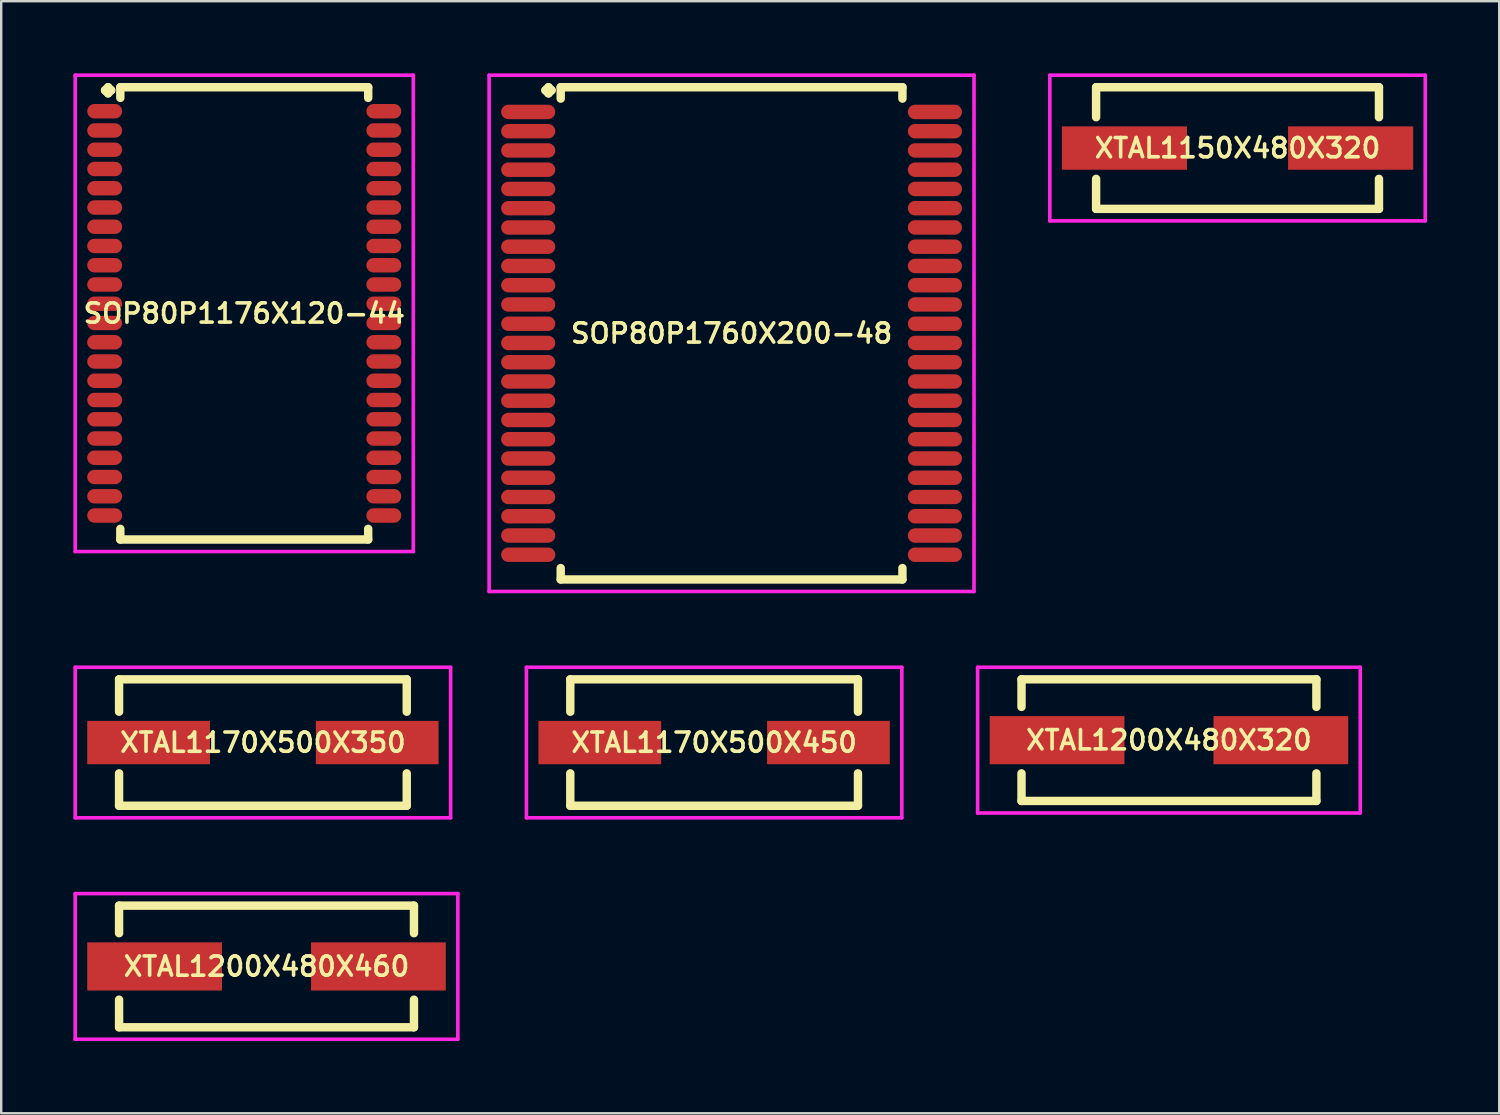
<source format=kicad_pcb>
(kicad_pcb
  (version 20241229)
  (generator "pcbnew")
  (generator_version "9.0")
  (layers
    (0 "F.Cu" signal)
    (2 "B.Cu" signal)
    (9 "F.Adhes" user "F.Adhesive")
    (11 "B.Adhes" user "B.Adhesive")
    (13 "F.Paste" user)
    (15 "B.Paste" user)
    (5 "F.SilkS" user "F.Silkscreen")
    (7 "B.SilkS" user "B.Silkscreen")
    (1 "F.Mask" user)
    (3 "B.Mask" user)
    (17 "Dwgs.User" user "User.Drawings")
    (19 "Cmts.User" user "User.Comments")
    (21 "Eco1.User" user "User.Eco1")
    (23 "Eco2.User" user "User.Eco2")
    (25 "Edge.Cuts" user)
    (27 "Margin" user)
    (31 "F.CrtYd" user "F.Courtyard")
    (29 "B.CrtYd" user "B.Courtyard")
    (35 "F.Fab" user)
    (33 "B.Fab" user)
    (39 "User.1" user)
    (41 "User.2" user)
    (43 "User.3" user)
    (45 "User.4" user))
  (footprint "XTAL1200X480X460"
    (layer "F.Cu")
    (at 8.025 37.11)
    (property "Reference" "XTAL1200X480X460" (at 0 0 0) (layer "F.SilkS") (effects (font (size 0.8 0.8) (thickness 0.15))))
    (attr through_hole)
    (fp_line (start -6.127 -2.527) (end 6.127 -2.527) (stroke (width 0.35) (type solid)) (layer "F.SilkS"))
    (fp_line (start -6.127 -1.381) (end -6.127 -2.527) (stroke (width 0.35) (type solid)) (layer "F.SilkS"))
    (fp_line (start -6.127 1.381) (end -6.127 2.527) (stroke (width 0.35) (type solid)) (layer "F.SilkS"))
    (fp_line (start -6.127 2.527) (end 6.127 2.527) (stroke (width 0.35) (type solid)) (layer "F.SilkS"))
    (fp_line (start 6.127 -2.527) (end 6.127 -1.381) (stroke (width 0.35) (type solid)) (layer "F.SilkS"))
    (fp_line (start 6.127 2.527) (end 6.127 1.381) (stroke (width 0.35) (type solid)) (layer "F.SilkS"))
    (fp_line (start -7.95 -3.027) (end 7.95 -3.027) (stroke (width 0.15) (type solid)) (layer "F.CrtYd"))
    (fp_line (start -7.95 3.027) (end -7.95 -3.027) (stroke (width 0.15) (type solid)) (layer "F.CrtYd"))
    (fp_line (start 7.95 -3.027) (end 7.95 3.027) (stroke (width 0.15) (type solid)) (layer "F.CrtYd"))
    (fp_line (start 7.95 3.027) (end -7.95 3.027) (stroke (width 0.15) (type solid)) (layer "F.CrtYd"))
    (pad "1" smd rect (at -4.65 0) (size 5.6 2) (layers "F.Cu" "F.Mask" "F.Paste"))
    (pad "2" smd rect (at 4.65 0) (size 5.6 2) (layers "F.Cu" "F.Mask" "F.Paste")))
  (footprint "XTAL1200X480X320"
    (layer "F.Cu")
    (at 45.525 27.706)
    (property "Reference" "XTAL1200X480X320" (at 0 0 0) (layer "F.SilkS") (effects (font (size 0.8 0.8) (thickness 0.15))))
    (attr smd)
    (fp_line (start -6.127 -2.527) (end 6.127 -2.527) (stroke (width 0.35) (type solid)) (layer "F.SilkS"))
    (fp_line (start -6.127 -1.381) (end -6.127 -2.527) (stroke (width 0.35) (type solid)) (layer "F.SilkS"))
    (fp_line (start -6.127 1.381) (end -6.127 2.527) (stroke (width 0.35) (type solid)) (layer "F.SilkS"))
    (fp_line (start -6.127 2.527) (end 6.127 2.527) (stroke (width 0.35) (type solid)) (layer "F.SilkS"))
    (fp_line (start 6.127 -2.527) (end 6.127 -1.381) (stroke (width 0.35) (type solid)) (layer "F.SilkS"))
    (fp_line (start 6.127 2.527) (end 6.127 1.381) (stroke (width 0.35) (type solid)) (layer "F.SilkS"))
    (fp_line (start -7.95 -3.027) (end 7.95 -3.027) (stroke (width 0.15) (type solid)) (layer "F.CrtYd"))
    (fp_line (start -7.95 3.027) (end -7.95 -3.027) (stroke (width 0.15) (type solid)) (layer "F.CrtYd"))
    (fp_line (start 7.95 -3.027) (end 7.95 3.027) (stroke (width 0.15) (type solid)) (layer "F.CrtYd"))
    (fp_line (start 7.95 3.027) (end -7.95 3.027) (stroke (width 0.15) (type solid)) (layer "F.CrtYd"))
    (pad "1" smd rect (at -4.65 0) (size 5.6 2) (layers "F.Cu" "F.Mask" "F.Paste"))
    (pad "2" smd rect (at 4.65 0) (size 5.6 2) (layers "F.Cu" "F.Mask" "F.Paste")))
  (footprint "XTAL1150X480X320"
    (layer "F.Cu")
    (at 48.375 3.102)
    (property "Reference" "XTAL1150X480X320" (at 0 0 0) (layer "F.SilkS") (effects (font (size 0.8 0.8) (thickness 0.15))))
    (attr smd)
    (fp_line (start -5.877 -2.527) (end 5.877 -2.527) (stroke (width 0.35) (type solid)) (layer "F.SilkS"))
    (fp_line (start -5.877 -1.281) (end -5.877 -2.527) (stroke (width 0.35) (type solid)) (layer "F.SilkS"))
    (fp_line (start -5.877 1.281) (end -5.877 2.527) (stroke (width 0.35) (type solid)) (layer "F.SilkS"))
    (fp_line (start -5.877 2.527) (end 5.877 2.527) (stroke (width 0.35) (type solid)) (layer "F.SilkS"))
    (fp_line (start 5.877 -2.527) (end 5.877 -1.281) (stroke (width 0.35) (type solid)) (layer "F.SilkS"))
    (fp_line (start 5.877 2.527) (end 5.877 1.281) (stroke (width 0.35) (type solid)) (layer "F.SilkS"))
    (fp_line (start -7.8 -3.027) (end 7.8 -3.027) (stroke (width 0.15) (type solid)) (layer "F.CrtYd"))
    (fp_line (start -7.8 3.027) (end -7.8 -3.027) (stroke (width 0.15) (type solid)) (layer "F.CrtYd"))
    (fp_line (start 7.8 -3.027) (end 7.8 3.027) (stroke (width 0.15) (type solid)) (layer "F.CrtYd"))
    (fp_line (start 7.8 3.027) (end -7.8 3.027) (stroke (width 0.15) (type solid)) (layer "F.CrtYd"))
    (pad "1" smd rect (at -4.7 0) (size 5.2 1.8) (layers "F.Cu" "F.Mask" "F.Paste"))
    (pad "2" smd rect (at 4.7 0) (size 5.2 1.8) (layers "F.Cu" "F.Mask" "F.Paste")))
  (footprint "SOP80P1760X200-48"
    (layer "F.Cu")
    (at 27.35 10.802)
    (property "Reference" "SOP80P1760X200-48" (at 0 0 0) (layer "F.SilkS") (effects (font (size 0.8 0.8) (thickness 0.15))))
    (attr smd)
    (fp_line (start -7.735 -10.1) (end -7.608 -10.227) (stroke (width 0.35) (type solid)) (layer "F.SilkS"))
    (fp_line (start -7.608 -10.227) (end -7.481 -10.1) (stroke (width 0.35) (type solid)) (layer "F.SilkS"))
    (fp_line (start -7.608 -9.973) (end -7.735 -10.1) (stroke (width 0.35) (type solid)) (layer "F.SilkS"))
    (fp_line (start -7.481 -10.1) (end -7.608 -9.973) (stroke (width 0.35) (type solid)) (layer "F.SilkS"))
    (fp_line (start -7.1 -10.227) (end 7.1 -10.227) (stroke (width 0.35) (type solid)) (layer "F.SilkS"))
    (fp_line (start -7.1 -9.754) (end -7.1 -10.227) (stroke (width 0.35) (type solid)) (layer "F.SilkS"))
    (fp_line (start -7.1 9.754) (end -7.1 10.227) (stroke (width 0.35) (type solid)) (layer "F.SilkS"))
    (fp_line (start -7.1 10.227) (end 7.1 10.227) (stroke (width 0.35) (type solid)) (layer "F.SilkS"))
    (fp_line (start 7.1 -10.227) (end 7.1 -9.754) (stroke (width 0.35) (type solid)) (layer "F.SilkS"))
    (fp_line (start 7.1 10.227) (end 7.1 9.754) (stroke (width 0.35) (type solid)) (layer "F.SilkS"))
    (fp_line (start -10.075 -10.727) (end 10.075 -10.727) (stroke (width 0.15) (type solid)) (layer "F.CrtYd"))
    (fp_line (start -10.075 10.727) (end -10.075 -10.727) (stroke (width 0.15) (type solid)) (layer "F.CrtYd"))
    (fp_line (start 10.075 -10.727) (end 10.075 10.727) (stroke (width 0.15) (type solid)) (layer "F.CrtYd"))
    (fp_line (start 10.075 10.727) (end -10.075 10.727) (stroke (width 0.15) (type solid)) (layer "F.CrtYd"))
    (pad "1" smd oval (at -8.45 -9.2) (size 2.25 0.6) (layers "F.Cu" "F.Mask" "F.Paste"))
    (pad "2" smd oval (at -8.45 -8.4) (size 2.25 0.6) (layers "F.Cu" "F.Mask" "F.Paste"))
    (pad "3" smd oval (at -8.45 -7.6) (size 2.25 0.6) (layers "F.Cu" "F.Mask" "F.Paste"))
    (pad "4" smd oval (at -8.45 -6.8) (size 2.25 0.6) (layers "F.Cu" "F.Mask" "F.Paste"))
    (pad "5" smd oval (at -8.45 -6) (size 2.25 0.6) (layers "F.Cu" "F.Mask" "F.Paste"))
    (pad "6" smd oval (at -8.45 -5.2) (size 2.25 0.6) (layers "F.Cu" "F.Mask" "F.Paste"))
    (pad "7" smd oval (at -8.45 -4.4) (size 2.25 0.6) (layers "F.Cu" "F.Mask" "F.Paste"))
    (pad "8" smd oval (at -8.45 -3.6) (size 2.25 0.6) (layers "F.Cu" "F.Mask" "F.Paste"))
    (pad "9" smd oval (at -8.45 -2.8) (size 2.25 0.6) (layers "F.Cu" "F.Mask" "F.Paste"))
    (pad "10" smd oval (at -8.45 -2) (size 2.25 0.6) (layers "F.Cu" "F.Mask" "F.Paste"))
    (pad "11" smd oval (at -8.45 -1.2) (size 2.25 0.6) (layers "F.Cu" "F.Mask" "F.Paste"))
    (pad "12" smd oval (at -8.45 -0.4) (size 2.25 0.6) (layers "F.Cu" "F.Mask" "F.Paste"))
    (pad "13" smd oval (at -8.45 0.4) (size 2.25 0.6) (layers "F.Cu" "F.Mask" "F.Paste"))
    (pad "14" smd oval (at -8.45 1.2) (size 2.25 0.6) (layers "F.Cu" "F.Mask" "F.Paste"))
    (pad "15" smd oval (at -8.45 2) (size 2.25 0.6) (layers "F.Cu" "F.Mask" "F.Paste"))
    (pad "16" smd oval (at -8.45 2.8) (size 2.25 0.6) (layers "F.Cu" "F.Mask" "F.Paste"))
    (pad "17" smd oval (at -8.45 3.6) (size 2.25 0.6) (layers "F.Cu" "F.Mask" "F.Paste"))
    (pad "18" smd oval (at -8.45 4.4) (size 2.25 0.6) (layers "F.Cu" "F.Mask" "F.Paste"))
    (pad "19" smd oval (at -8.45 5.2) (size 2.25 0.6) (layers "F.Cu" "F.Mask" "F.Paste"))
    (pad "20" smd oval (at -8.45 6) (size 2.25 0.6) (layers "F.Cu" "F.Mask" "F.Paste"))
    (pad "21" smd oval (at -8.45 6.8) (size 2.25 0.6) (layers "F.Cu" "F.Mask" "F.Paste"))
    (pad "22" smd oval (at -8.45 7.6) (size 2.25 0.6) (layers "F.Cu" "F.Mask" "F.Paste"))
    (pad "23" smd oval (at -8.45 8.4) (size 2.25 0.6) (layers "F.Cu" "F.Mask" "F.Paste"))
    (pad "24" smd oval (at -8.45 9.2) (size 2.25 0.6) (layers "F.Cu" "F.Mask" "F.Paste"))
    (pad "25" smd oval (at 8.45 9.2) (size 2.25 0.6) (layers "F.Cu" "F.Mask" "F.Paste"))
    (pad "26" smd oval (at 8.45 8.4) (size 2.25 0.6) (layers "F.Cu" "F.Mask" "F.Paste"))
    (pad "27" smd oval (at 8.45 7.6) (size 2.25 0.6) (layers "F.Cu" "F.Mask" "F.Paste"))
    (pad "28" smd oval (at 8.45 6.8) (size 2.25 0.6) (layers "F.Cu" "F.Mask" "F.Paste"))
    (pad "29" smd oval (at 8.45 6) (size 2.25 0.6) (layers "F.Cu" "F.Mask" "F.Paste"))
    (pad "30" smd oval (at 8.45 5.2) (size 2.25 0.6) (layers "F.Cu" "F.Mask" "F.Paste"))
    (pad "31" smd oval (at 8.45 4.4) (size 2.25 0.6) (layers "F.Cu" "F.Mask" "F.Paste"))
    (pad "32" smd oval (at 8.45 3.6) (size 2.25 0.6) (layers "F.Cu" "F.Mask" "F.Paste"))
    (pad "33" smd oval (at 8.45 2.8) (size 2.25 0.6) (layers "F.Cu" "F.Mask" "F.Paste"))
    (pad "34" smd oval (at 8.45 2) (size 2.25 0.6) (layers "F.Cu" "F.Mask" "F.Paste"))
    (pad "35" smd oval (at 8.45 1.2) (size 2.25 0.6) (layers "F.Cu" "F.Mask" "F.Paste"))
    (pad "36" smd oval (at 8.45 0.4) (size 2.25 0.6) (layers "F.Cu" "F.Mask" "F.Paste"))
    (pad "37" smd oval (at 8.45 -0.4) (size 2.25 0.6) (layers "F.Cu" "F.Mask" "F.Paste"))
    (pad "38" smd oval (at 8.45 -1.2) (size 2.25 0.6) (layers "F.Cu" "F.Mask" "F.Paste"))
    (pad "39" smd oval (at 8.45 -2) (size 2.25 0.6) (layers "F.Cu" "F.Mask" "F.Paste"))
    (pad "40" smd oval (at 8.45 -2.8) (size 2.25 0.6) (layers "F.Cu" "F.Mask" "F.Paste"))
    (pad "41" smd oval (at 8.45 -3.6) (size 2.25 0.6) (layers "F.Cu" "F.Mask" "F.Paste"))
    (pad "42" smd oval (at 8.45 -4.4) (size 2.25 0.6) (layers "F.Cu" "F.Mask" "F.Paste"))
    (pad "43" smd oval (at 8.45 -5.2) (size 2.25 0.6) (layers "F.Cu" "F.Mask" "F.Paste"))
    (pad "44" smd oval (at 8.45 -6) (size 2.25 0.6) (layers "F.Cu" "F.Mask" "F.Paste"))
    (pad "45" smd oval (at 8.45 -6.8) (size 2.25 0.6) (layers "F.Cu" "F.Mask" "F.Paste"))
    (pad "46" smd oval (at 8.45 -7.6) (size 2.25 0.6) (layers "F.Cu" "F.Mask" "F.Paste"))
    (pad "47" smd oval (at 8.45 -8.4) (size 2.25 0.6) (layers "F.Cu" "F.Mask" "F.Paste"))
    (pad "48" smd oval (at 8.45 -9.2) (size 2.25 0.6) (layers "F.Cu" "F.Mask" "F.Paste")))
  (footprint "XTAL1170X500X450"
    (layer "F.Cu")
    (at 26.625 27.806)
    (property "Reference" "XTAL1170X500X450" (at 0 0 0) (layer "F.SilkS") (effects (font (size 0.8 0.8) (thickness 0.15))))
    (attr smd)
    (fp_line (start -5.977 -2.627) (end 5.977 -2.627) (stroke (width 0.35) (type solid)) (layer "F.SilkS"))
    (fp_line (start -5.977 -1.281) (end -5.977 -2.627) (stroke (width 0.35) (type solid)) (layer "F.SilkS"))
    (fp_line (start -5.977 1.281) (end -5.977 2.627) (stroke (width 0.35) (type solid)) (layer "F.SilkS"))
    (fp_line (start -5.977 2.627) (end 5.977 2.627) (stroke (width 0.35) (type solid)) (layer "F.SilkS"))
    (fp_line (start 5.977 -2.627) (end 5.977 -1.281) (stroke (width 0.35) (type solid)) (layer "F.SilkS"))
    (fp_line (start 5.977 2.627) (end 5.977 1.281) (stroke (width 0.35) (type solid)) (layer "F.SilkS"))
    (fp_line (start -7.8 -3.127) (end 7.8 -3.127) (stroke (width 0.15) (type solid)) (layer "F.CrtYd"))
    (fp_line (start -7.8 3.127) (end -7.8 -3.127) (stroke (width 0.15) (type solid)) (layer "F.CrtYd"))
    (fp_line (start 7.8 -3.127) (end 7.8 3.127) (stroke (width 0.15) (type solid)) (layer "F.CrtYd"))
    (fp_line (start 7.8 3.127) (end -7.8 3.127) (stroke (width 0.15) (type solid)) (layer "F.CrtYd"))
    (pad "1" smd rect (at -4.75 0) (size 5.1 1.8) (layers "F.Cu" "F.Mask" "F.Paste"))
    (pad "2" smd rect (at 4.75 0) (size 5.1 1.8) (layers "F.Cu" "F.Mask" "F.Paste")))
  (footprint "XTAL1170X500X350"
    (layer "F.Cu")
    (at 7.875 27.806)
    (property "Reference" "XTAL1170X500X350" (at 0 0 0) (layer "F.SilkS") (effects (font (size 0.8 0.8) (thickness 0.15))))
    (attr smd)
    (fp_line (start -5.977 -2.627) (end 5.977 -2.627) (stroke (width 0.35) (type solid)) (layer "F.SilkS"))
    (fp_line (start -5.977 -1.281) (end -5.977 -2.627) (stroke (width 0.35) (type solid)) (layer "F.SilkS"))
    (fp_line (start -5.977 1.281) (end -5.977 2.627) (stroke (width 0.35) (type solid)) (layer "F.SilkS"))
    (fp_line (start -5.977 2.627) (end 5.977 2.627) (stroke (width 0.35) (type solid)) (layer "F.SilkS"))
    (fp_line (start 5.977 -2.627) (end 5.977 -1.281) (stroke (width 0.35) (type solid)) (layer "F.SilkS"))
    (fp_line (start 5.977 2.627) (end 5.977 1.281) (stroke (width 0.35) (type solid)) (layer "F.SilkS"))
    (fp_line (start -7.8 -3.127) (end 7.8 -3.127) (stroke (width 0.15) (type solid)) (layer "F.CrtYd"))
    (fp_line (start -7.8 3.127) (end -7.8 -3.127) (stroke (width 0.15) (type solid)) (layer "F.CrtYd"))
    (fp_line (start 7.8 -3.127) (end 7.8 3.127) (stroke (width 0.15) (type solid)) (layer "F.CrtYd"))
    (fp_line (start 7.8 3.127) (end -7.8 3.127) (stroke (width 0.15) (type solid)) (layer "F.CrtYd"))
    (pad "1" smd rect (at -4.75 0) (size 5.1 1.8) (layers "F.Cu" "F.Mask" "F.Paste"))
    (pad "2" smd rect (at 4.75 0) (size 5.1 1.8) (layers "F.Cu" "F.Mask" "F.Paste")))
  (footprint "SOP80P1176X120-44"
    (layer "F.Cu")
    (at 7.1 9.972)
    (property "Reference" "SOP80P1176X120-44" (at 0 0 0) (layer "F.SilkS") (effects (font (size 0.8 0.8) (thickness 0.15))))
    (attr smd)
    (fp_line (start -5.785 -9.27) (end -5.658 -9.397) (stroke (width 0.35) (type solid)) (layer "F.SilkS"))
    (fp_line (start -5.658 -9.397) (end -5.531 -9.27) (stroke (width 0.35) (type solid)) (layer "F.SilkS"))
    (fp_line (start -5.658 -9.143) (end -5.785 -9.27) (stroke (width 0.35) (type solid)) (layer "F.SilkS"))
    (fp_line (start -5.531 -9.27) (end -5.658 -9.143) (stroke (width 0.35) (type solid)) (layer "F.SilkS"))
    (fp_line (start -5.15 -9.397) (end 5.15 -9.397) (stroke (width 0.35) (type solid)) (layer "F.SilkS"))
    (fp_line (start -5.15 -8.954) (end -5.15 -9.397) (stroke (width 0.35) (type solid)) (layer "F.SilkS"))
    (fp_line (start -5.15 8.954) (end -5.15 9.397) (stroke (width 0.35) (type solid)) (layer "F.SilkS"))
    (fp_line (start -5.15 9.397) (end 5.15 9.397) (stroke (width 0.35) (type solid)) (layer "F.SilkS"))
    (fp_line (start 5.15 -9.397) (end 5.15 -8.954) (stroke (width 0.35) (type solid)) (layer "F.SilkS"))
    (fp_line (start 5.15 9.397) (end 5.15 8.954) (stroke (width 0.35) (type solid)) (layer "F.SilkS"))
    (fp_line (start -7.025 -9.897) (end 7.025 -9.897) (stroke (width 0.15) (type solid)) (layer "F.CrtYd"))
    (fp_line (start -7.025 9.897) (end -7.025 -9.897) (stroke (width 0.15) (type solid)) (layer "F.CrtYd"))
    (fp_line (start 7.025 -9.897) (end 7.025 9.897) (stroke (width 0.15) (type solid)) (layer "F.CrtYd"))
    (fp_line (start 7.025 9.897) (end -7.025 9.897) (stroke (width 0.15) (type solid)) (layer "F.CrtYd"))
    (pad "1" smd oval (at -5.8 -8.4) (size 1.45 0.6) (layers "F.Cu" "F.Mask" "F.Paste"))
    (pad "2" smd oval (at -5.8 -7.6) (size 1.45 0.6) (layers "F.Cu" "F.Mask" "F.Paste"))
    (pad "3" smd oval (at -5.8 -6.8) (size 1.45 0.6) (layers "F.Cu" "F.Mask" "F.Paste"))
    (pad "4" smd oval (at -5.8 -6) (size 1.45 0.6) (layers "F.Cu" "F.Mask" "F.Paste"))
    (pad "5" smd oval (at -5.8 -5.2) (size 1.45 0.6) (layers "F.Cu" "F.Mask" "F.Paste"))
    (pad "6" smd oval (at -5.8 -4.4) (size 1.45 0.6) (layers "F.Cu" "F.Mask" "F.Paste"))
    (pad "7" smd oval (at -5.8 -3.6) (size 1.45 0.6) (layers "F.Cu" "F.Mask" "F.Paste"))
    (pad "8" smd oval (at -5.8 -2.8) (size 1.45 0.6) (layers "F.Cu" "F.Mask" "F.Paste"))
    (pad "9" smd oval (at -5.8 -2) (size 1.45 0.6) (layers "F.Cu" "F.Mask" "F.Paste"))
    (pad "10" smd oval (at -5.8 -1.2) (size 1.45 0.6) (layers "F.Cu" "F.Mask" "F.Paste"))
    (pad "11" smd oval (at -5.8 -0.4) (size 1.45 0.6) (layers "F.Cu" "F.Mask" "F.Paste"))
    (pad "12" smd oval (at -5.8 0.4) (size 1.45 0.6) (layers "F.Cu" "F.Mask" "F.Paste"))
    (pad "13" smd oval (at -5.8 1.2) (size 1.45 0.6) (layers "F.Cu" "F.Mask" "F.Paste"))
    (pad "14" smd oval (at -5.8 2) (size 1.45 0.6) (layers "F.Cu" "F.Mask" "F.Paste"))
    (pad "15" smd oval (at -5.8 2.8) (size 1.45 0.6) (layers "F.Cu" "F.Mask" "F.Paste"))
    (pad "16" smd oval (at -5.8 3.6) (size 1.45 0.6) (layers "F.Cu" "F.Mask" "F.Paste"))
    (pad "17" smd oval (at -5.8 4.4) (size 1.45 0.6) (layers "F.Cu" "F.Mask" "F.Paste"))
    (pad "18" smd oval (at -5.8 5.2) (size 1.45 0.6) (layers "F.Cu" "F.Mask" "F.Paste"))
    (pad "19" smd oval (at -5.8 6) (size 1.45 0.6) (layers "F.Cu" "F.Mask" "F.Paste"))
    (pad "20" smd oval (at -5.8 6.8) (size 1.45 0.6) (layers "F.Cu" "F.Mask" "F.Paste"))
    (pad "21" smd oval (at -5.8 7.6) (size 1.45 0.6) (layers "F.Cu" "F.Mask" "F.Paste"))
    (pad "22" smd oval (at -5.8 8.4) (size 1.45 0.6) (layers "F.Cu" "F.Mask" "F.Paste"))
    (pad "23" smd oval (at 5.8 8.4) (size 1.45 0.6) (layers "F.Cu" "F.Mask" "F.Paste"))
    (pad "24" smd oval (at 5.8 7.6) (size 1.45 0.6) (layers "F.Cu" "F.Mask" "F.Paste"))
    (pad "25" smd oval (at 5.8 6.8) (size 1.45 0.6) (layers "F.Cu" "F.Mask" "F.Paste"))
    (pad "26" smd oval (at 5.8 6) (size 1.45 0.6) (layers "F.Cu" "F.Mask" "F.Paste"))
    (pad "27" smd oval (at 5.8 5.2) (size 1.45 0.6) (layers "F.Cu" "F.Mask" "F.Paste"))
    (pad "28" smd oval (at 5.8 4.4) (size 1.45 0.6) (layers "F.Cu" "F.Mask" "F.Paste"))
    (pad "29" smd oval (at 5.8 3.6) (size 1.45 0.6) (layers "F.Cu" "F.Mask" "F.Paste"))
    (pad "30" smd oval (at 5.8 2.8) (size 1.45 0.6) (layers "F.Cu" "F.Mask" "F.Paste"))
    (pad "31" smd oval (at 5.8 2) (size 1.45 0.6) (layers "F.Cu" "F.Mask" "F.Paste"))
    (pad "32" smd oval (at 5.8 1.2) (size 1.45 0.6) (layers "F.Cu" "F.Mask" "F.Paste"))
    (pad "33" smd oval (at 5.8 0.4) (size 1.45 0.6) (layers "F.Cu" "F.Mask" "F.Paste"))
    (pad "34" smd oval (at 5.8 -0.4) (size 1.45 0.6) (layers "F.Cu" "F.Mask" "F.Paste"))
    (pad "35" smd oval (at 5.8 -1.2) (size 1.45 0.6) (layers "F.Cu" "F.Mask" "F.Paste"))
    (pad "36" smd oval (at 5.8 -2) (size 1.45 0.6) (layers "F.Cu" "F.Mask" "F.Paste"))
    (pad "37" smd oval (at 5.8 -2.8) (size 1.45 0.6) (layers "F.Cu" "F.Mask" "F.Paste"))
    (pad "38" smd oval (at 5.8 -3.6) (size 1.45 0.6) (layers "F.Cu" "F.Mask" "F.Paste"))
    (pad "39" smd oval (at 5.8 -4.4) (size 1.45 0.6) (layers "F.Cu" "F.Mask" "F.Paste"))
    (pad "40" smd oval (at 5.8 -5.2) (size 1.45 0.6) (layers "F.Cu" "F.Mask" "F.Paste"))
    (pad "41" smd oval (at 5.8 -6) (size 1.45 0.6) (layers "F.Cu" "F.Mask" "F.Paste"))
    (pad "42" smd oval (at 5.8 -6.8) (size 1.45 0.6) (layers "F.Cu" "F.Mask" "F.Paste"))
    (pad "43" smd oval (at 5.8 -7.6) (size 1.45 0.6) (layers "F.Cu" "F.Mask" "F.Paste"))
    (pad "44" smd oval (at 5.8 -8.4) (size 1.45 0.6) (layers "F.Cu" "F.Mask" "F.Paste")))
  (gr_rect
    (start -3 -3)
    (end 59.25 43.212)
    (stroke (width 0.1) (type default))
    (fill no)
    (layer "Edge.Cuts")))
</source>
